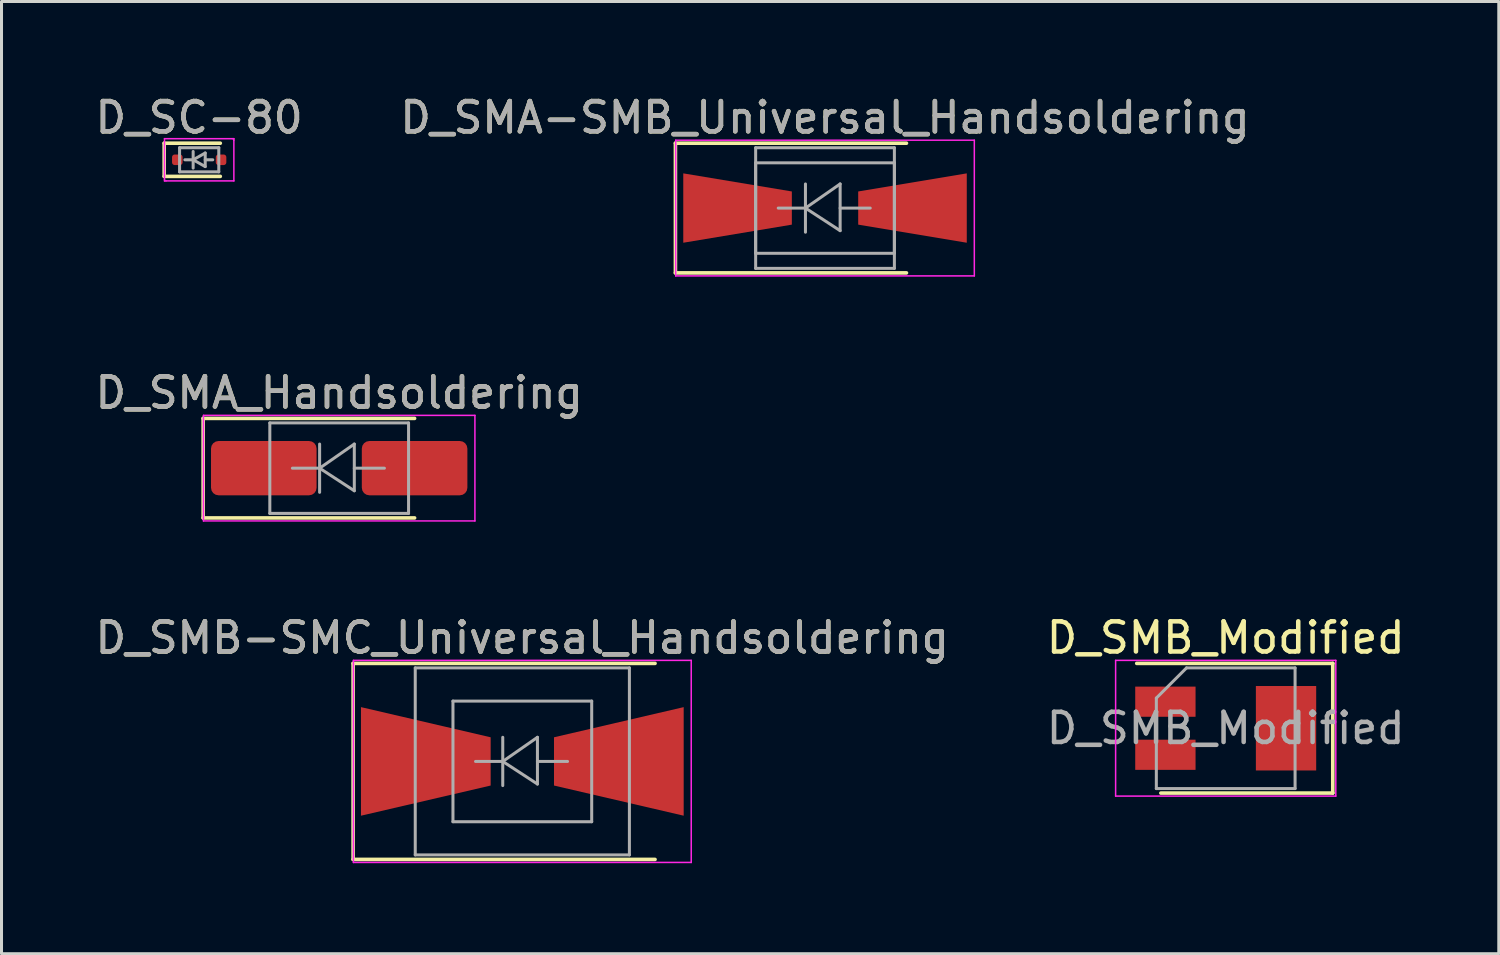
<source format=kicad_pcb>
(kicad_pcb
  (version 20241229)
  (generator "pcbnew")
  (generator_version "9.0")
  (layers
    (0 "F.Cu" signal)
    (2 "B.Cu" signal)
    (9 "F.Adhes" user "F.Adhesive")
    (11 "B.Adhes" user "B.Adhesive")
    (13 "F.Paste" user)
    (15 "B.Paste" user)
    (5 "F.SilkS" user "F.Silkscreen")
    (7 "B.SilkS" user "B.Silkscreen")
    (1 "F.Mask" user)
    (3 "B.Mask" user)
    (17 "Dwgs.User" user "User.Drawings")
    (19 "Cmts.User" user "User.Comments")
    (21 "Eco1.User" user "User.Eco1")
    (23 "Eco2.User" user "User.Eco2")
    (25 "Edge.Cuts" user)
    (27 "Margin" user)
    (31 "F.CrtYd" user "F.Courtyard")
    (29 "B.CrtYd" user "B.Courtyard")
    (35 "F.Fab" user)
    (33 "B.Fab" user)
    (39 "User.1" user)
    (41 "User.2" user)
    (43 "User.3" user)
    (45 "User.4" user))
  (footprint "D_SMA_Handsoldering"
    (layer "F.Cu")
    (at 8.196 12.472)
    (property "Reference" "D_SMA_Handsoldering" (at 0 -2.5 0) (layer "F.SilkS") (effects (font (size 1 1) (thickness 0.15))))
    (attr smd)
    (fp_line (start -4.51 -1.65) (end -4.51 1.65) (stroke (width 0.12) (type solid)) (layer "F.SilkS"))
    (fp_line (start -4.51 -1.65) (end 2.5 -1.65) (stroke (width 0.12) (type solid)) (layer "F.SilkS"))
    (fp_line (start -4.51 1.65) (end 2.5 1.65) (stroke (width 0.12) (type solid)) (layer "F.SilkS"))
    (fp_line (start -4.5 -1.75) (end 4.5 -1.75) (stroke (width 0.05) (type solid)) (layer "F.CrtYd"))
    (fp_line (start -4.5 1.75) (end -4.5 -1.75) (stroke (width 0.05) (type solid)) (layer "F.CrtYd"))
    (fp_line (start 4.5 -1.75) (end 4.5 1.75) (stroke (width 0.05) (type solid)) (layer "F.CrtYd"))
    (fp_line (start 4.5 1.75) (end -4.5 1.75) (stroke (width 0.05) (type solid)) (layer "F.CrtYd"))
    (fp_line (start -2.3 1.5) (end -2.3 -1.5) (stroke (width 0.1) (type solid)) (layer "F.Fab"))
    (fp_line (start -0.649 -0.799) (end -0.649 0.801) (stroke (width 0.1) (type solid)) (layer "F.Fab"))
    (fp_line (start -0.649 0.001) (end -1.551 0.001) (stroke (width 0.1) (type solid)) (layer "F.Fab"))
    (fp_line (start -0.649 0.001) (end 0.501 -0.799) (stroke (width 0.1) (type solid)) (layer "F.Fab"))
    (fp_line (start -0.649 0.001) (end 0.501 0.75) (stroke (width 0.1) (type solid)) (layer "F.Fab"))
    (fp_line (start 0.501 0.001) (end 1.499 0.001) (stroke (width 0.1) (type solid)) (layer "F.Fab"))
    (fp_line (start 0.501 0.75) (end 0.501 -0.799) (stroke (width 0.1) (type solid)) (layer "F.Fab"))
    (fp_line (start 2.3 -1.5) (end -2.3 -1.5) (stroke (width 0.1) (type solid)) (layer "F.Fab"))
    (fp_line (start 2.3 -1.5) (end 2.3 1.5) (stroke (width 0.1) (type solid)) (layer "F.Fab"))
    (fp_line (start 2.3 1.5) (end -2.3 1.5) (stroke (width 0.1) (type solid)) (layer "F.Fab"))
    (fp_text user "${REFERENCE}" (at 0 -2.5 0) (layer "F.Fab") (effects (font (size 1 1) (thickness 0.15))))
    (pad "1" smd roundrect (at -2.5 0) (size 3.5 1.8) (layers "F.Cu" "F.Mask" "F.Paste") (roundrect_rratio 0.139))
    (pad "2" smd roundrect (at 2.5 0) (size 3.5 1.8) (layers "F.Cu" "F.Mask" "F.Paste") (roundrect_rratio 0.139)))
  (footprint "D_SMB-SMC_Universal_Handsoldering"
    (layer "F.Cu")
    (at 14.268 22.195)
    (property "Reference" "D_SMB-SMC_Universal_Handsoldering" (at 0 -4.1 0) (layer "F.SilkS") (effects (font (size 1 1) (thickness 0.15))))
    (attr smd)
    (fp_line (start -5.61 -3.25) (end 4.4 -3.25) (stroke (width 0.12) (type solid)) (layer "F.SilkS"))
    (fp_line (start -5.61 3.25) (end -5.61 -3.25) (stroke (width 0.12) (type solid)) (layer "F.SilkS"))
    (fp_line (start -5.61 3.25) (end 4.4 3.25) (stroke (width 0.12) (type solid)) (layer "F.SilkS"))
    (fp_line (start -5.6 -3.35) (end 5.6 -3.35) (stroke (width 0.05) (type solid)) (layer "F.CrtYd"))
    (fp_line (start -5.6 3.35) (end -5.6 -3.35) (stroke (width 0.05) (type solid)) (layer "F.CrtYd"))
    (fp_line (start 5.6 -3.35) (end 5.6 3.35) (stroke (width 0.05) (type solid)) (layer "F.CrtYd"))
    (fp_line (start 5.6 3.35) (end -5.6 3.35) (stroke (width 0.05) (type solid)) (layer "F.CrtYd"))
    (fp_line (start -3.55 3.1) (end -3.55 -3.1) (stroke (width 0.1) (type solid)) (layer "F.Fab"))
    (fp_line (start -2.3 2) (end -2.3 -2) (stroke (width 0.1) (type solid)) (layer "F.Fab"))
    (fp_line (start -0.649 -0.799) (end -0.649 0.801) (stroke (width 0.1) (type solid)) (layer "F.Fab"))
    (fp_line (start -0.649 0.001) (end -1.551 0.001) (stroke (width 0.1) (type solid)) (layer "F.Fab"))
    (fp_line (start -0.649 0.001) (end 0.501 -0.799) (stroke (width 0.1) (type solid)) (layer "F.Fab"))
    (fp_line (start -0.649 0.001) (end 0.501 0.75) (stroke (width 0.1) (type solid)) (layer "F.Fab"))
    (fp_line (start 0.501 0.001) (end 1.499 0.001) (stroke (width 0.1) (type solid)) (layer "F.Fab"))
    (fp_line (start 0.501 0.75) (end 0.501 -0.799) (stroke (width 0.1) (type solid)) (layer "F.Fab"))
    (fp_line (start 2.3 -2) (end -2.3 -2) (stroke (width 0.1) (type solid)) (layer "F.Fab"))
    (fp_line (start 2.3 -2) (end 2.3 2) (stroke (width 0.1) (type solid)) (layer "F.Fab"))
    (fp_line (start 2.3 2) (end -2.3 2) (stroke (width 0.1) (type solid)) (layer "F.Fab"))
    (fp_line (start 3.55 -3.1) (end -3.55 -3.1) (stroke (width 0.1) (type solid)) (layer "F.Fab"))
    (fp_line (start 3.55 -3.1) (end 3.55 3.1) (stroke (width 0.1) (type solid)) (layer "F.Fab"))
    (fp_line (start 3.55 3.1) (end -3.55 3.1) (stroke (width 0.1) (type solid)) (layer "F.Fab"))
    (fp_text user "${REFERENCE}" (at 0 -4.1 0) (layer "F.Fab") (effects (font (size 1 1) (thickness 0.15))))
    (pad "1" smd trapezoid (at -3.2 0) (size 4.3 2.6) (rect_delta 1 0) (layers "F.Cu" "F.Mask" "F.Paste"))
    (pad "2" smd trapezoid (at 3.2 0 180) (size 4.3 2.6) (rect_delta 1 0) (layers "F.Cu" "F.Mask" "F.Paste")))
  (footprint "D_SMB_Modified"
    (layer "F.Cu")
    (at 37.589 21.095)
    (property "Reference" "D_SMB_Modified" (at 0 -3 0) (layer "F.SilkS") (effects (font (size 1 1) (thickness 0.15))))
    (attr smd)
    (fp_line (start 3.55 -2.15) (end -2.95 -2.15) (stroke (width 0.12) (type solid)) (layer "F.SilkS"))
    (fp_line (start 3.55 -2.15) (end 3.55 2.15) (stroke (width 0.12) (type solid)) (layer "F.SilkS"))
    (fp_line (start 3.55 2.15) (end -2.15 2.15) (stroke (width 0.12) (type solid)) (layer "F.SilkS"))
    (fp_line (start -3.65 -2.25) (end 3.65 -2.25) (stroke (width 0.05) (type solid)) (layer "F.CrtYd"))
    (fp_line (start -3.65 2.25) (end -3.65 -2.25) (stroke (width 0.05) (type solid)) (layer "F.CrtYd"))
    (fp_line (start 3.65 -2.25) (end 3.65 2.25) (stroke (width 0.05) (type solid)) (layer "F.CrtYd"))
    (fp_line (start 3.65 2.25) (end -3.65 2.25) (stroke (width 0.05) (type solid)) (layer "F.CrtYd"))
    (fp_line (start -2.3 2) (end -2.3 -1) (stroke (width 0.1) (type solid)) (layer "F.Fab"))
    (fp_line (start -1.3 -2) (end -2.3 -1) (stroke (width 0.1) (type solid)) (layer "F.Fab"))
    (fp_line (start 2.3 -2) (end -1.3 -2) (stroke (width 0.1) (type solid)) (layer "F.Fab"))
    (fp_line (start 2.3 -2) (end 2.3 2) (stroke (width 0.1) (type solid)) (layer "F.Fab"))
    (fp_line (start 2.3 2) (end -2.3 2) (stroke (width 0.1) (type solid)) (layer "F.Fab"))
    (fp_text user "${REFERENCE}" (at 0 0 0) (layer "F.Fab") (effects (font (size 1 1) (thickness 0.15))))
    (pad "1" smd rect (at -2 -0.88) (size 2 1) (layers "F.Cu" "F.Mask" "F.Paste"))
    (pad "2" smd rect (at 2 0) (size 2 2.8) (layers "F.Cu" "F.Mask" "F.Paste"))
    (pad "3" smd rect (at -2 0.88) (size 2 1) (layers "F.Cu" "F.Mask" "F.Paste")))
  (footprint "D_SMA-SMB_Universal_Handsoldering"
    (layer "F.Cu")
    (at 24.304 3.848)
    (property "Reference" "D_SMA-SMB_Universal_Handsoldering" (at 0 -3 0) (layer "F.SilkS") (effects (font (size 1 1) (thickness 0.15))))
    (attr smd)
    (fp_line (start -4.96 -2.15) (end -4.96 2.15) (stroke (width 0.12) (type solid)) (layer "F.SilkS"))
    (fp_line (start -4.96 -2.15) (end 2.7 -2.15) (stroke (width 0.12) (type solid)) (layer "F.SilkS"))
    (fp_line (start -4.96 2.15) (end 2.7 2.15) (stroke (width 0.12) (type solid)) (layer "F.SilkS"))
    (fp_line (start -4.95 -2.25) (end 4.95 -2.25) (stroke (width 0.05) (type solid)) (layer "F.CrtYd"))
    (fp_line (start -4.95 2.25) (end -4.95 -2.25) (stroke (width 0.05) (type solid)) (layer "F.CrtYd"))
    (fp_line (start 4.95 -2.25) (end 4.95 2.25) (stroke (width 0.05) (type solid)) (layer "F.CrtYd"))
    (fp_line (start 4.95 2.25) (end -4.95 2.25) (stroke (width 0.05) (type solid)) (layer "F.CrtYd"))
    (fp_line (start -2.3 1.5) (end -2.3 -1.5) (stroke (width 0.1) (type solid)) (layer "F.Fab"))
    (fp_line (start -2.3 2) (end -2.3 -2) (stroke (width 0.1) (type solid)) (layer "F.Fab"))
    (fp_line (start -0.649 -0.799) (end -0.649 0.801) (stroke (width 0.1) (type solid)) (layer "F.Fab"))
    (fp_line (start -0.649 0.001) (end -1.551 0.001) (stroke (width 0.1) (type solid)) (layer "F.Fab"))
    (fp_line (start -0.649 0.001) (end 0.501 -0.799) (stroke (width 0.1) (type solid)) (layer "F.Fab"))
    (fp_line (start -0.649 0.001) (end 0.501 0.75) (stroke (width 0.1) (type solid)) (layer "F.Fab"))
    (fp_line (start 0.501 0.001) (end 1.499 0.001) (stroke (width 0.1) (type solid)) (layer "F.Fab"))
    (fp_line (start 0.501 0.75) (end 0.501 -0.799) (stroke (width 0.1) (type solid)) (layer "F.Fab"))
    (fp_line (start 2.3 -2) (end -2.3 -2) (stroke (width 0.1) (type solid)) (layer "F.Fab"))
    (fp_line (start 2.3 -2) (end 2.3 2) (stroke (width 0.1) (type solid)) (layer "F.Fab"))
    (fp_line (start 2.3 -1.5) (end -2.3 -1.5) (stroke (width 0.1) (type solid)) (layer "F.Fab"))
    (fp_line (start 2.3 -1.5) (end 2.3 1.5) (stroke (width 0.1) (type solid)) (layer "F.Fab"))
    (fp_line (start 2.3 1.5) (end -2.3 1.5) (stroke (width 0.1) (type solid)) (layer "F.Fab"))
    (fp_line (start 2.3 2) (end -2.3 2) (stroke (width 0.1) (type solid)) (layer "F.Fab"))
    (fp_text user "${REFERENCE}" (at 0 -3 0) (layer "F.Fab") (effects (font (size 1 1) (thickness 0.15))))
    (pad "1" smd trapezoid (at -2.9 0) (size 3.6 1.7) (rect_delta 0.6 0) (layers "F.Cu" "F.Mask" "F.Paste"))
    (pad "2" smd trapezoid (at 2.9 0 180) (size 3.6 1.7) (rect_delta 0.6 0) (layers "F.Cu" "F.Mask" "F.Paste")))
  (footprint "D_SC-80"
    (layer "F.Cu")
    (at 3.554 2.248)
    (property "Reference" "D_SC-80" (at 0 -1.4 0) (layer "F.SilkS") (effects (font (size 1 1) (thickness 0.15))))
    (attr smd)
    (fp_line (start -1.16 -0.55) (end -1.16 0.55) (stroke (width 0.12) (type solid)) (layer "F.SilkS"))
    (fp_line (start -1.16 0.55) (end 0.7 0.55) (stroke (width 0.12) (type solid)) (layer "F.SilkS"))
    (fp_line (start 0.7 -0.55) (end -1.16 -0.55) (stroke (width 0.12) (type solid)) (layer "F.SilkS"))
    (fp_line (start -1.15 -0.7) (end 1.1 -0.7) (stroke (width 0.05) (type solid)) (layer "F.CrtYd"))
    (fp_line (start -1.15 0.65) (end -1.15 -0.7) (stroke (width 0.05) (type solid)) (layer "F.CrtYd"))
    (fp_line (start -1.15 0.65) (end -1.15 0.7) (stroke (width 0.05) (type solid)) (layer "F.CrtYd"))
    (fp_line (start -1.15 0.7) (end -1.1 0.7) (stroke (width 0.05) (type solid)) (layer "F.CrtYd"))
    (fp_line (start 1.1 -0.7) (end 1.15 -0.7) (stroke (width 0.05) (type solid)) (layer "F.CrtYd"))
    (fp_line (start 1.15 -0.7) (end 1.15 -0.65) (stroke (width 0.05) (type solid)) (layer "F.CrtYd"))
    (fp_line (start 1.15 -0.65) (end 1.15 0.7) (stroke (width 0.05) (type solid)) (layer "F.CrtYd"))
    (fp_line (start 1.15 0.7) (end -1.1 0.7) (stroke (width 0.05) (type solid)) (layer "F.CrtYd"))
    (fp_line (start -0.65 -0.4) (end 0.65 -0.4) (stroke (width 0.1) (type solid)) (layer "F.Fab"))
    (fp_line (start -0.65 0.4) (end -0.65 -0.4) (stroke (width 0.1) (type solid)) (layer "F.Fab"))
    (fp_line (start -0.2 -0.275) (end -0.2 0.275) (stroke (width 0.1) (type solid)) (layer "F.Fab"))
    (fp_line (start -0.2 0) (end -0.475 0) (stroke (width 0.1) (type solid)) (layer "F.Fab"))
    (fp_line (start -0.2 0) (end 0.2 -0.225) (stroke (width 0.1) (type solid)) (layer "F.Fab"))
    (fp_line (start 0.2 -0.225) (end 0.2 0.225) (stroke (width 0.1) (type solid)) (layer "F.Fab"))
    (fp_line (start 0.2 0) (end 0.45 0) (stroke (width 0.1) (type solid)) (layer "F.Fab"))
    (fp_line (start 0.2 0.225) (end -0.2 0) (stroke (width 0.1) (type solid)) (layer "F.Fab"))
    (fp_line (start 0.65 -0.4) (end 0.65 0.4) (stroke (width 0.1) (type solid)) (layer "F.Fab"))
    (fp_line (start 0.65 0.4) (end -0.65 0.4) (stroke (width 0.1) (type solid)) (layer "F.Fab"))
    (fp_text user "${REFERENCE}" (at 0 -1.4 0) (layer "F.Fab") (effects (font (size 1 1) (thickness 0.15))))
    (pad "1" smd roundrect (at -0.725 0) (size 0.35 0.35) (layers "F.Cu" "F.Mask" "F.Paste") (roundrect_rratio 0.25))
    (pad "2" smd roundrect (at 0.725 0) (size 0.35 0.35) (layers "F.Cu" "F.Mask" "F.Paste") (roundrect_rratio 0.25)))
  (gr_rect
    (start -3 -3)
    (end 46.643 28.57)
    (stroke (width 0.1) (type default))
    (fill no)
    (layer "Edge.Cuts")))
</source>
